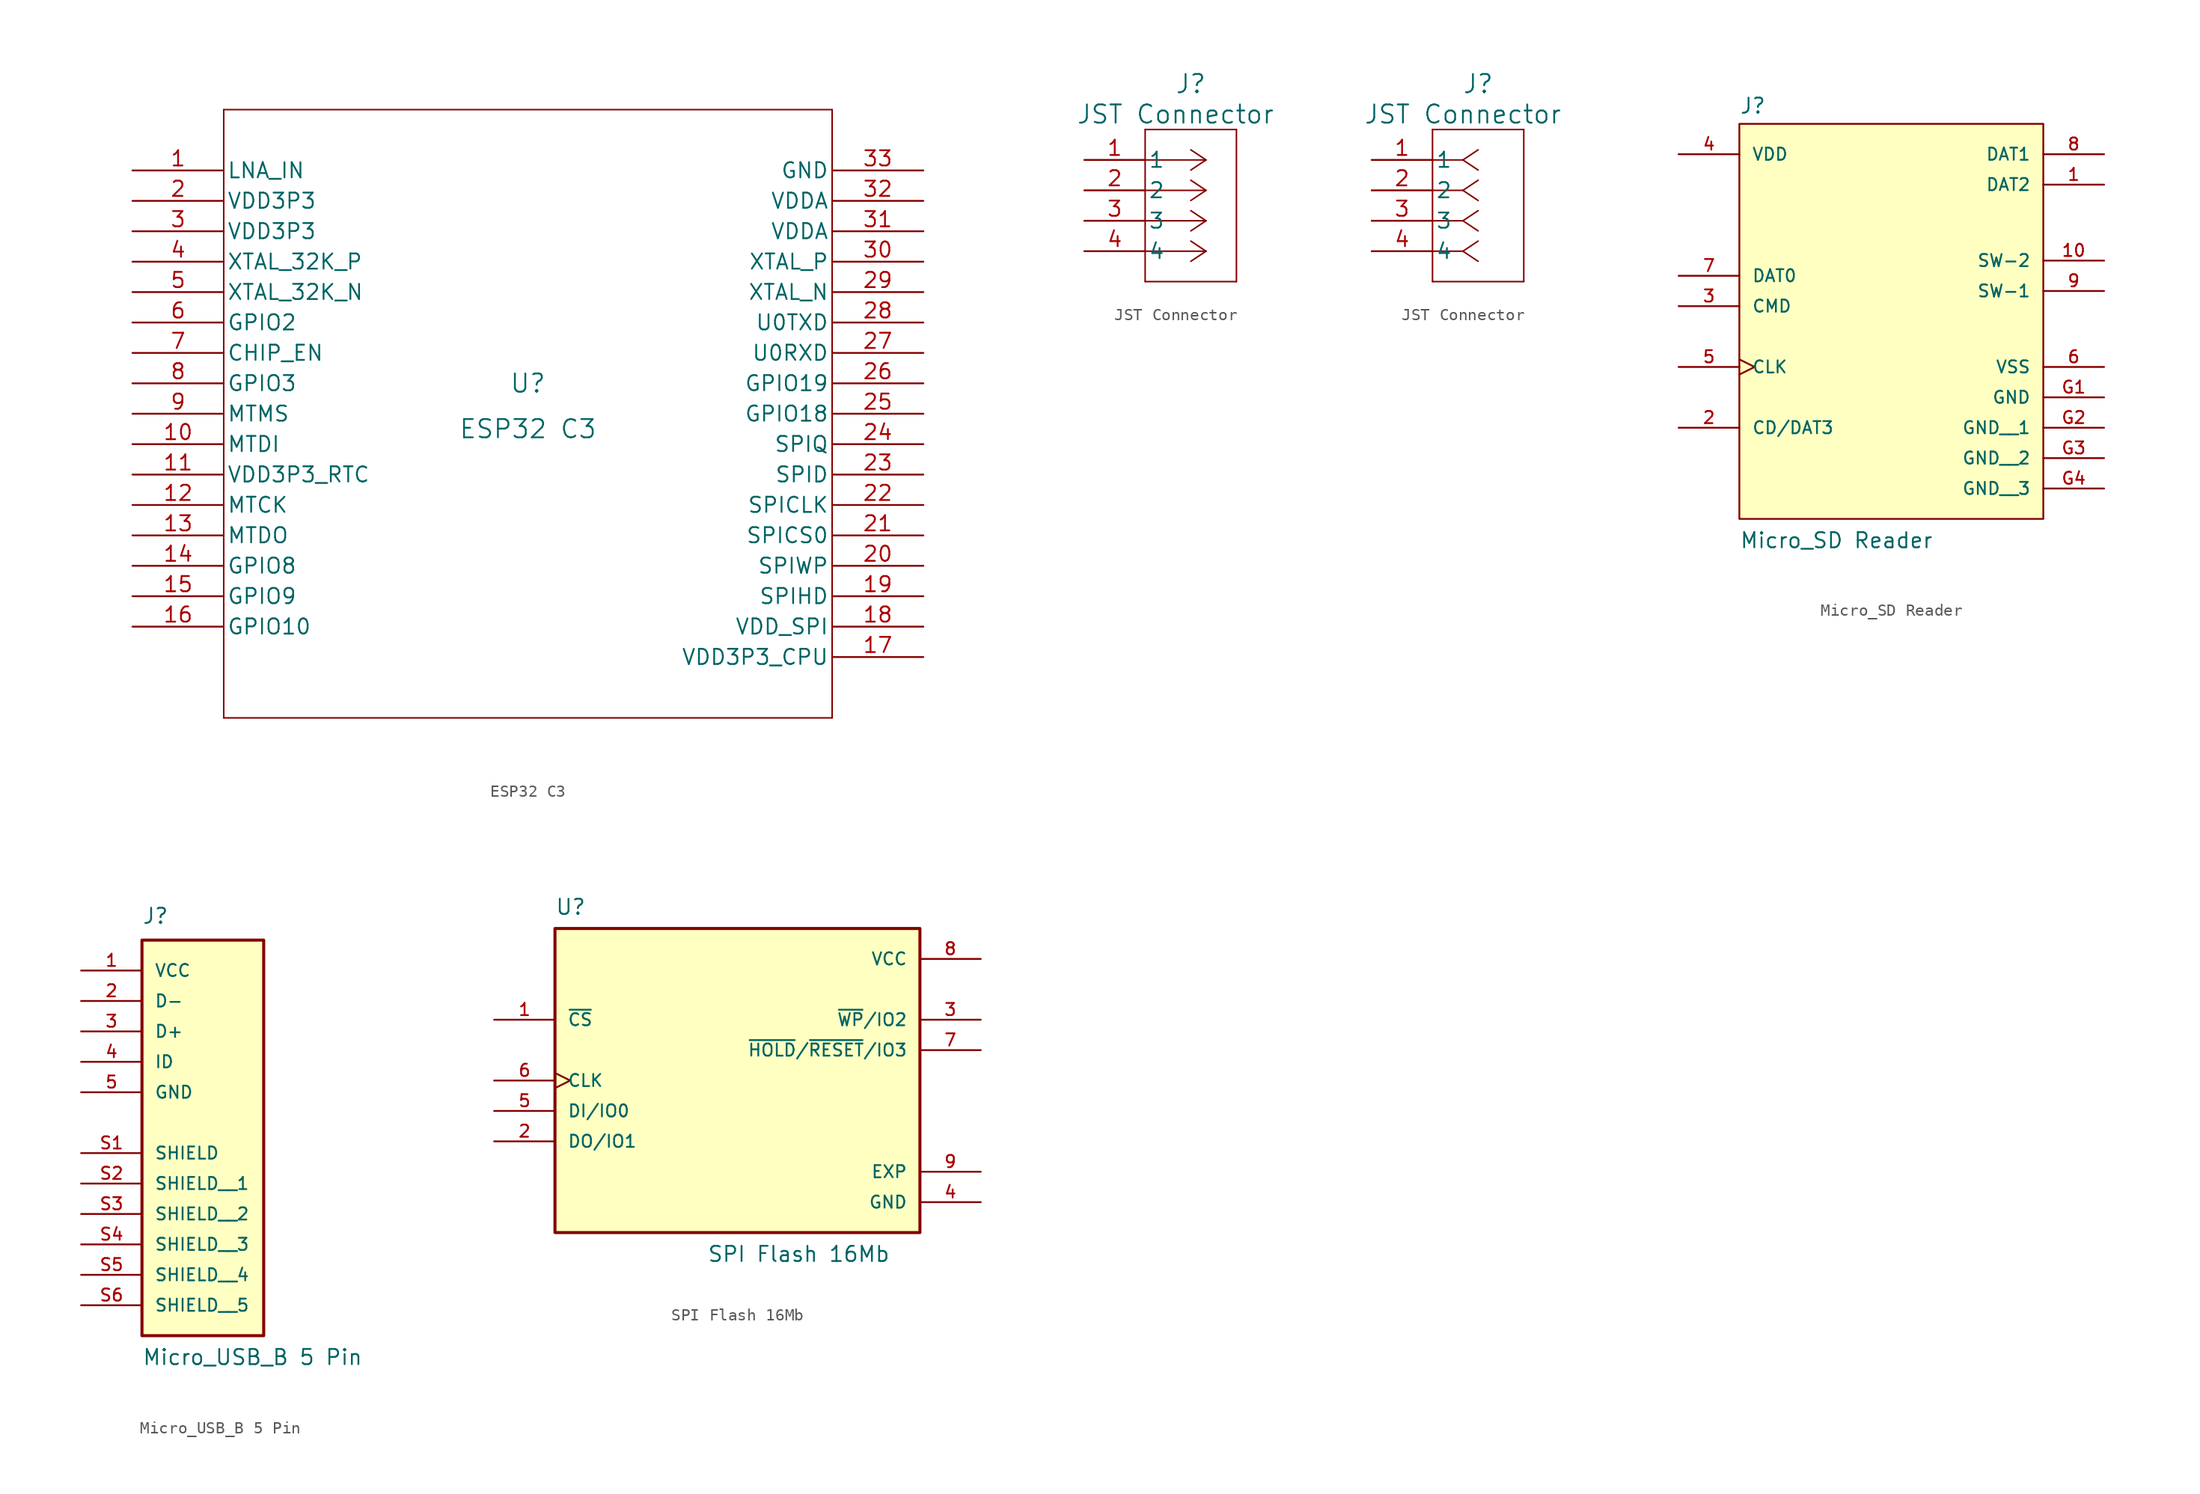
<source format=kicad_sym>
(kicad_symbol_lib
  (version 20220914)
  (generator kicad_symbol_editor)
  (symbol "ESP32 C3"
    (pin_names
      (offset 0.254))
    (property "Reference" "U"
      (at 33.02 -17.78 0)
      (effects (font (size 1.524 1.524))))
    (property "Value" "ESP32 C3"
      (at 33.02 -21.59 0)
      (effects (font (size 1.524 1.524))))
    (property "ki_locked" ""
      (at 0 0 0)
      (effects (font (size 1.27 1.27))))
    (symbol "ESP32 C3_0_1"
      (polyline (pts (xy 7.62 -45.72) (xy 58.42 -45.72)) (stroke (width 0.127) (type default)) (fill (type none)))
      (polyline (pts (xy 7.62 5.08) (xy 7.62 -45.72)) (stroke (width 0.127) (type default)) (fill (type none)))
      (polyline (pts (xy 58.42 -45.72) (xy 58.42 5.08)) (stroke (width 0.127) (type default)) (fill (type none)))
      (polyline (pts (xy 58.42 5.08) (xy 7.62 5.08)) (stroke (width 0.127) (type default)) (fill (type none)))
      (pin bidirectional line (at 0 0 0) (length 7.62) (name "LNA_IN" (effects (font (size 1.27 1.27)))) (number "1" (effects (font (size 1.27 1.27)))))
      (pin bidirectional line (at 0 -22.86 0) (length 7.62) (name "MTDI" (effects (font (size 1.27 1.27)))) (number "10" (effects (font (size 1.27 1.27)))))
      (pin power_in line (at 0 -25.4 0) (length 7.62) (name "VDD3P3_RTC" (effects (font (size 1.27 1.27)))) (number "11" (effects (font (size 1.27 1.27)))))
      (pin bidirectional line (at 0 -27.94 0) (length 7.62) (name "MTCK" (effects (font (size 1.27 1.27)))) (number "12" (effects (font (size 1.27 1.27)))))
      (pin bidirectional line (at 0 -30.48 0) (length 7.62) (name "MTDO" (effects (font (size 1.27 1.27)))) (number "13" (effects (font (size 1.27 1.27)))))
      (pin bidirectional line (at 0 -33.02 0) (length 7.62) (name "GPIO8" (effects (font (size 1.27 1.27)))) (number "14" (effects (font (size 1.27 1.27)))))
      (pin bidirectional line (at 0 -35.56 0) (length 7.62) (name "GPIO9" (effects (font (size 1.27 1.27)))) (number "15" (effects (font (size 1.27 1.27)))))
      (pin bidirectional line (at 0 -38.1 0) (length 7.62) (name "GPIO10" (effects (font (size 1.27 1.27)))) (number "16" (effects (font (size 1.27 1.27)))))
      (pin power_in line (at 66.04 -40.64 180) (length 7.62) (name "VDD3P3_CPU" (effects (font (size 1.27 1.27)))) (number "17" (effects (font (size 1.27 1.27)))))
      (pin power_in line (at 66.04 -38.1 180) (length 7.62) (name "VDD_SPI" (effects (font (size 1.27 1.27)))) (number "18" (effects (font (size 1.27 1.27)))))
      (pin bidirectional line (at 66.04 -35.56 180) (length 7.62) (name "SPIHD" (effects (font (size 1.27 1.27)))) (number "19" (effects (font (size 1.27 1.27)))))
      (pin power_in line (at 0 -2.54 0) (length 7.62) (name "VDD3P3" (effects (font (size 1.27 1.27)))) (number "2" (effects (font (size 1.27 1.27)))))
      (pin bidirectional line (at 66.04 -33.02 180) (length 7.62) (name "SPIWP" (effects (font (size 1.27 1.27)))) (number "20" (effects (font (size 1.27 1.27)))))
      (pin bidirectional line (at 66.04 -30.48 180) (length 7.62) (name "SPICS0" (effects (font (size 1.27 1.27)))) (number "21" (effects (font (size 1.27 1.27)))))
      (pin bidirectional line (at 66.04 -27.94 180) (length 7.62) (name "SPICLK" (effects (font (size 1.27 1.27)))) (number "22" (effects (font (size 1.27 1.27)))))
      (pin bidirectional line (at 66.04 -25.4 180) (length 7.62) (name "SPID" (effects (font (size 1.27 1.27)))) (number "23" (effects (font (size 1.27 1.27)))))
      (pin bidirectional line (at 66.04 -22.86 180) (length 7.62) (name "SPIQ" (effects (font (size 1.27 1.27)))) (number "24" (effects (font (size 1.27 1.27)))))
      (pin bidirectional line (at 66.04 -20.32 180) (length 7.62) (name "GPIO18" (effects (font (size 1.27 1.27)))) (number "25" (effects (font (size 1.27 1.27)))))
      (pin bidirectional line (at 66.04 -17.78 180) (length 7.62) (name "GPIO19" (effects (font (size 1.27 1.27)))) (number "26" (effects (font (size 1.27 1.27)))))
      (pin bidirectional line (at 66.04 -15.24 180) (length 7.62) (name "U0RXD" (effects (font (size 1.27 1.27)))) (number "27" (effects (font (size 1.27 1.27)))))
      (pin bidirectional line (at 66.04 -12.7 180) (length 7.62) (name "U0TXD" (effects (font (size 1.27 1.27)))) (number "28" (effects (font (size 1.27 1.27)))))
      (pin output line (at 66.04 -10.16 180) (length 7.62) (name "XTAL_N" (effects (font (size 1.27 1.27)))) (number "29" (effects (font (size 1.27 1.27)))))
      (pin power_in line (at 0 -5.08 0) (length 7.62) (name "VDD3P3" (effects (font (size 1.27 1.27)))) (number "3" (effects (font (size 1.27 1.27)))))
      (pin input line (at 66.04 -7.62 180) (length 7.62) (name "XTAL_P" (effects (font (size 1.27 1.27)))) (number "30" (effects (font (size 1.27 1.27)))))
      (pin power_in line (at 66.04 -5.08 180) (length 7.62) (name "VDDA" (effects (font (size 1.27 1.27)))) (number "31" (effects (font (size 1.27 1.27)))))
      (pin power_in line (at 66.04 -2.54 180) (length 7.62) (name "VDDA" (effects (font (size 1.27 1.27)))) (number "32" (effects (font (size 1.27 1.27)))))
      (pin power_out line (at 66.04 0 180) (length 7.62) (name "GND" (effects (font (size 1.27 1.27)))) (number "33" (effects (font (size 1.27 1.27)))))
      (pin bidirectional line (at 0 -7.62 0) (length 7.62) (name "XTAL_32K_P" (effects (font (size 1.27 1.27)))) (number "4" (effects (font (size 1.27 1.27)))))
      (pin bidirectional line (at 0 -10.16 0) (length 7.62) (name "XTAL_32K_N" (effects (font (size 1.27 1.27)))) (number "5" (effects (font (size 1.27 1.27)))))
      (pin bidirectional line (at 0 -12.7 0) (length 7.62) (name "GPIO2" (effects (font (size 1.27 1.27)))) (number "6" (effects (font (size 1.27 1.27)))))
      (pin input line (at 0 -15.24 0) (length 7.62) (name "CHIP_EN" (effects (font (size 1.27 1.27)))) (number "7" (effects (font (size 1.27 1.27)))))
      (pin bidirectional line (at 0 -17.78 0) (length 7.62) (name "GPIO3" (effects (font (size 1.27 1.27)))) (number "8" (effects (font (size 1.27 1.27)))))
      (pin bidirectional line (at 0 -20.32 0) (length 7.62) (name "MTMS" (effects (font (size 1.27 1.27)))) (number "9" (effects (font (size 1.27 1.27)))))))
  (symbol "JST Connector"
    (pin_names
      (offset 0.254))
    (property "Reference" "J"
      (at 8.89 6.35 0)
      (effects (font (size 1.524 1.524))))
    (property "Value" "JST Connector"
      (at 7.62 3.81 0)
      (effects (font (size 1.524 1.524))))
    (property "ki_locked" ""
      (at 0 0 0)
      (effects (font (size 1.27 1.27))))
    (symbol "JST Connector_1_1"
      (polyline (pts (xy 5.08 -10.16) (xy 12.7 -10.16)) (stroke (width 0.127) (type default)) (fill (type none)))
      (polyline (pts (xy 5.08 2.54) (xy 5.08 -10.16)) (stroke (width 0.127) (type default)) (fill (type none)))
      (polyline (pts (xy 10.16 -7.62) (xy 5.08 -7.62)) (stroke (width 0.127) (type default)) (fill (type none)))
      (polyline (pts (xy 10.16 -7.62) (xy 8.89 -8.467)) (stroke (width 0.127) (type default)) (fill (type none)))
      (polyline (pts (xy 10.16 -7.62) (xy 8.89 -6.773)) (stroke (width 0.127) (type default)) (fill (type none)))
      (polyline (pts (xy 10.16 -5.08) (xy 5.08 -5.08)) (stroke (width 0.127) (type default)) (fill (type none)))
      (polyline (pts (xy 10.16 -5.08) (xy 8.89 -5.927)) (stroke (width 0.127) (type default)) (fill (type none)))
      (polyline (pts (xy 10.16 -5.08) (xy 8.89 -4.233)) (stroke (width 0.127) (type default)) (fill (type none)))
      (polyline (pts (xy 10.16 -2.54) (xy 5.08 -2.54)) (stroke (width 0.127) (type default)) (fill (type none)))
      (polyline (pts (xy 10.16 -2.54) (xy 8.89 -3.387)) (stroke (width 0.127) (type default)) (fill (type none)))
      (polyline (pts (xy 10.16 -2.54) (xy 8.89 -1.693)) (stroke (width 0.127) (type default)) (fill (type none)))
      (polyline (pts (xy 10.16 0) (xy 5.08 0)) (stroke (width 0.127) (type default)) (fill (type none)))
      (polyline (pts (xy 10.16 0) (xy 8.89 -0.847)) (stroke (width 0.127) (type default)) (fill (type none)))
      (polyline (pts (xy 10.16 0) (xy 8.89 0.847)) (stroke (width 0.127) (type default)) (fill (type none)))
      (polyline (pts (xy 12.7 -10.16) (xy 12.7 2.54)) (stroke (width 0.127) (type default)) (fill (type none)))
      (polyline (pts (xy 12.7 2.54) (xy 5.08 2.54)) (stroke (width 0.127) (type default)) (fill (type none)))
      (pin unspecified line (at 0 0 0) (length 5.08) (name "1" (effects (font (size 1.27 1.27)))) (number "1" (effects (font (size 1.27 1.27)))))
      (pin unspecified line (at 0 -2.54 0) (length 5.08) (name "2" (effects (font (size 1.27 1.27)))) (number "2" (effects (font (size 1.27 1.27)))))
      (pin unspecified line (at 0 -5.08 0) (length 5.08) (name "3" (effects (font (size 1.27 1.27)))) (number "3" (effects (font (size 1.27 1.27)))))
      (pin unspecified line (at 0 -7.62 0) (length 5.08) (name "4" (effects (font (size 1.27 1.27)))) (number "4" (effects (font (size 1.27 1.27))))))
    (symbol "JST Connector_1_2"
      (polyline (pts (xy 5.08 -10.16) (xy 12.7 -10.16)) (stroke (width 0.127) (type default)) (fill (type none)))
      (polyline (pts (xy 5.08 2.54) (xy 5.08 -10.16)) (stroke (width 0.127) (type default)) (fill (type none)))
      (polyline (pts (xy 7.62 -7.62) (xy 5.08 -7.62)) (stroke (width 0.127) (type default)) (fill (type none)))
      (polyline (pts (xy 7.62 -7.62) (xy 8.89 -8.467)) (stroke (width 0.127) (type default)) (fill (type none)))
      (polyline (pts (xy 7.62 -7.62) (xy 8.89 -6.773)) (stroke (width 0.127) (type default)) (fill (type none)))
      (polyline (pts (xy 7.62 -5.08) (xy 5.08 -5.08)) (stroke (width 0.127) (type default)) (fill (type none)))
      (polyline (pts (xy 7.62 -5.08) (xy 8.89 -5.927)) (stroke (width 0.127) (type default)) (fill (type none)))
      (polyline (pts (xy 7.62 -5.08) (xy 8.89 -4.233)) (stroke (width 0.127) (type default)) (fill (type none)))
      (polyline (pts (xy 7.62 -2.54) (xy 5.08 -2.54)) (stroke (width 0.127) (type default)) (fill (type none)))
      (polyline (pts (xy 7.62 -2.54) (xy 8.89 -3.387)) (stroke (width 0.127) (type default)) (fill (type none)))
      (polyline (pts (xy 7.62 -2.54) (xy 8.89 -1.693)) (stroke (width 0.127) (type default)) (fill (type none)))
      (polyline (pts (xy 7.62 0) (xy 5.08 0)) (stroke (width 0.127) (type default)) (fill (type none)))
      (polyline (pts (xy 7.62 0) (xy 8.89 -0.847)) (stroke (width 0.127) (type default)) (fill (type none)))
      (polyline (pts (xy 7.62 0) (xy 8.89 0.847)) (stroke (width 0.127) (type default)) (fill (type none)))
      (polyline (pts (xy 12.7 -10.16) (xy 12.7 2.54)) (stroke (width 0.127) (type default)) (fill (type none)))
      (polyline (pts (xy 12.7 2.54) (xy 5.08 2.54)) (stroke (width 0.127) (type default)) (fill (type none)))
      (pin unspecified line (at 0 0 0) (length 5.08) (name "1" (effects (font (size 1.27 1.27)))) (number "1" (effects (font (size 1.27 1.27)))))
      (pin unspecified line (at 0 -2.54 0) (length 5.08) (name "2" (effects (font (size 1.27 1.27)))) (number "2" (effects (font (size 1.27 1.27)))))
      (pin unspecified line (at 0 -5.08 0) (length 5.08) (name "3" (effects (font (size 1.27 1.27)))) (number "3" (effects (font (size 1.27 1.27)))))
      (pin unspecified line (at 0 -7.62 0) (length 5.08) (name "4" (effects (font (size 1.27 1.27)))) (number "4" (effects (font (size 1.27 1.27)))))))
  (symbol "Micro_SD Reader"
    (pin_names
      (offset 1.016))
    (property "Reference" "J"
      (at -12.7 13.462 0)
      (effects (font (size 1.27 1.27)) (justify left bottom)))
    (property "Value" "Micro_SD Reader"
      (at -12.7 -22.86 0)
      (effects (font (size 1.27 1.27)) (justify left bottom)))
    (symbol "Micro_SD Reader_0_0"
      (rectangle (start -12.7 12.7) (end 12.7 -20.32) (stroke (width 0.152) (type default)) (fill (type background)))
      (pin bidirectional line (at 17.78 7.62 180) (length 5.08) (name "DAT2" (effects (font (size 1.016 1.016)))) (number "1" (effects (font (size 1.016 1.016)))))
      (pin passive line (at 17.78 1.27 180) (length 5.08) (name "SW-2" (effects (font (size 1.016 1.016)))) (number "10" (effects (font (size 1.016 1.016)))))
      (pin bidirectional line (at -17.78 -12.7 0) (length 5.08) (name "CD/DAT3" (effects (font (size 1.016 1.016)))) (number "2" (effects (font (size 1.016 1.016)))))
      (pin bidirectional line (at -17.78 -2.54 0) (length 5.08) (name "CMD" (effects (font (size 1.016 1.016)))) (number "3" (effects (font (size 1.016 1.016)))))
      (pin power_in line (at -17.78 10.16 0) (length 5.08) (name "VDD" (effects (font (size 1.016 1.016)))) (number "4" (effects (font (size 1.016 1.016)))))
      (pin input clock (at -17.78 -7.62 0) (length 5.08) (name "CLK" (effects (font (size 1.016 1.016)))) (number "5" (effects (font (size 1.016 1.016)))))
      (pin power_in line (at 17.78 -7.62 180) (length 5.08) (name "VSS" (effects (font (size 1.016 1.016)))) (number "6" (effects (font (size 1.016 1.016)))))
      (pin bidirectional line (at -17.78 0 0) (length 5.08) (name "DAT0" (effects (font (size 1.016 1.016)))) (number "7" (effects (font (size 1.016 1.016)))))
      (pin bidirectional line (at 17.78 10.16 180) (length 5.08) (name "DAT1" (effects (font (size 1.016 1.016)))) (number "8" (effects (font (size 1.016 1.016)))))
      (pin passive line (at 17.78 -1.27 180) (length 5.08) (name "SW-1" (effects (font (size 1.016 1.016)))) (number "9" (effects (font (size 1.016 1.016)))))
      (pin power_in line (at 17.78 -10.16 180) (length 5.08) (name "GND" (effects (font (size 1.016 1.016)))) (number "G1" (effects (font (size 1.016 1.016)))))
      (pin power_in line (at 17.78 -12.7 180) (length 5.08) (name "GND__1" (effects (font (size 1.016 1.016)))) (number "G2" (effects (font (size 1.016 1.016)))))
      (pin power_in line (at 17.78 -15.24 180) (length 5.08) (name "GND__2" (effects (font (size 1.016 1.016)))) (number "G3" (effects (font (size 1.016 1.016)))))
      (pin power_in line (at 17.78 -17.78 180) (length 5.08) (name "GND__3" (effects (font (size 1.016 1.016)))) (number "G4" (effects (font (size 1.016 1.016)))))))
  (symbol "Micro_USB_B 5 Pin"
    (pin_names
      (offset 1.016))
    (property "Reference" "J"
      (at -5.08 11.43 0)
      (effects (font (size 1.27 1.27)) (justify left bottom)))
    (property "Value" "Micro_USB_B 5 Pin"
      (at -5.08 -25.4 0)
      (effects (font (size 1.27 1.27)) (justify left bottom)))
    (symbol "Micro_USB_B 5 Pin_0_0"
      (rectangle (start -5.08 -22.86) (end 5.08 10.16) (stroke (width 0.254) (type default)) (fill (type background)))
      (pin power_in line (at -10.16 7.62 0) (length 5.08) (name "VCC" (effects (font (size 1.016 1.016)))) (number "1" (effects (font (size 1.016 1.016)))))
      (pin bidirectional line (at -10.16 5.08 0) (length 5.08) (name "D-" (effects (font (size 1.016 1.016)))) (number "2" (effects (font (size 1.016 1.016)))))
      (pin bidirectional line (at -10.16 2.54 0) (length 5.08) (name "D+" (effects (font (size 1.016 1.016)))) (number "3" (effects (font (size 1.016 1.016)))))
      (pin bidirectional line (at -10.16 0 0) (length 5.08) (name "ID" (effects (font (size 1.016 1.016)))) (number "4" (effects (font (size 1.016 1.016)))))
      (pin power_in line (at -10.16 -2.54 0) (length 5.08) (name "GND" (effects (font (size 1.016 1.016)))) (number "5" (effects (font (size 1.016 1.016)))))
      (pin passive line (at -10.16 -7.62 0) (length 5.08) (name "SHIELD" (effects (font (size 1.016 1.016)))) (number "S1" (effects (font (size 1.016 1.016)))))
      (pin passive line (at -10.16 -10.16 0) (length 5.08) (name "SHIELD__1" (effects (font (size 1.016 1.016)))) (number "S2" (effects (font (size 1.016 1.016)))))
      (pin passive line (at -10.16 -12.7 0) (length 5.08) (name "SHIELD__2" (effects (font (size 1.016 1.016)))) (number "S3" (effects (font (size 1.016 1.016)))))
      (pin passive line (at -10.16 -15.24 0) (length 5.08) (name "SHIELD__3" (effects (font (size 1.016 1.016)))) (number "S4" (effects (font (size 1.016 1.016)))))
      (pin passive line (at -10.16 -17.78 0) (length 5.08) (name "SHIELD__4" (effects (font (size 1.016 1.016)))) (number "S5" (effects (font (size 1.016 1.016)))))
      (pin passive line (at -10.16 -20.32 0) (length 5.08) (name "SHIELD__5" (effects (font (size 1.016 1.016)))) (number "S6" (effects (font (size 1.016 1.016)))))))
  (symbol "SPI Flash 16Mb"
    (pin_names
      (offset 1.016))
    (property "Reference" "U"
      (at -15.24 15.24 0)
      (effects (font (size 1.27 1.27)) (justify left top)))
    (property "Value" "SPI Flash 16Mb"
      (at -2.54 -15.24 0)
      (effects (font (size 1.27 1.27)) (justify left bottom)))
    (symbol "SPI Flash 16Mb_0_0"
      (rectangle (start -15.24 -12.7) (end 15.24 12.7) (stroke (width 0.254) (type default)) (fill (type background)))
      (pin input line (at -20.32 5.08 0) (length 5.08) (name "~{CS}" (effects (font (size 1.016 1.016)))) (number "1" (effects (font (size 1.016 1.016)))))
      (pin bidirectional line (at -20.32 -5.08 0) (length 5.08) (name "DO/IO1" (effects (font (size 1.016 1.016)))) (number "2" (effects (font (size 1.016 1.016)))))
      (pin bidirectional line (at 20.32 5.08 180) (length 5.08) (name "~{WP}/IO2" (effects (font (size 1.016 1.016)))) (number "3" (effects (font (size 1.016 1.016)))))
      (pin power_in line (at 20.32 -10.16 180) (length 5.08) (name "GND" (effects (font (size 1.016 1.016)))) (number "4" (effects (font (size 1.016 1.016)))))
      (pin bidirectional line (at -20.32 -2.54 0) (length 5.08) (name "DI/IO0" (effects (font (size 1.016 1.016)))) (number "5" (effects (font (size 1.016 1.016)))))
      (pin input clock (at -20.32 0 0) (length 5.08) (name "CLK" (effects (font (size 1.016 1.016)))) (number "6" (effects (font (size 1.016 1.016)))))
      (pin bidirectional line (at 20.32 2.54 180) (length 5.08) (name "~{HOLD}/~{RESET}/IO3" (effects (font (size 1.016 1.016)))) (number "7" (effects (font (size 1.016 1.016)))))
      (pin power_in line (at 20.32 10.16 180) (length 5.08) (name "VCC" (effects (font (size 1.016 1.016)))) (number "8" (effects (font (size 1.016 1.016)))))
      (pin passive line (at 20.32 -7.62 180) (length 5.08) (name "EXP" (effects (font (size 1.016 1.016)))) (number "9" (effects (font (size 1.016 1.016))))))))
</source>
